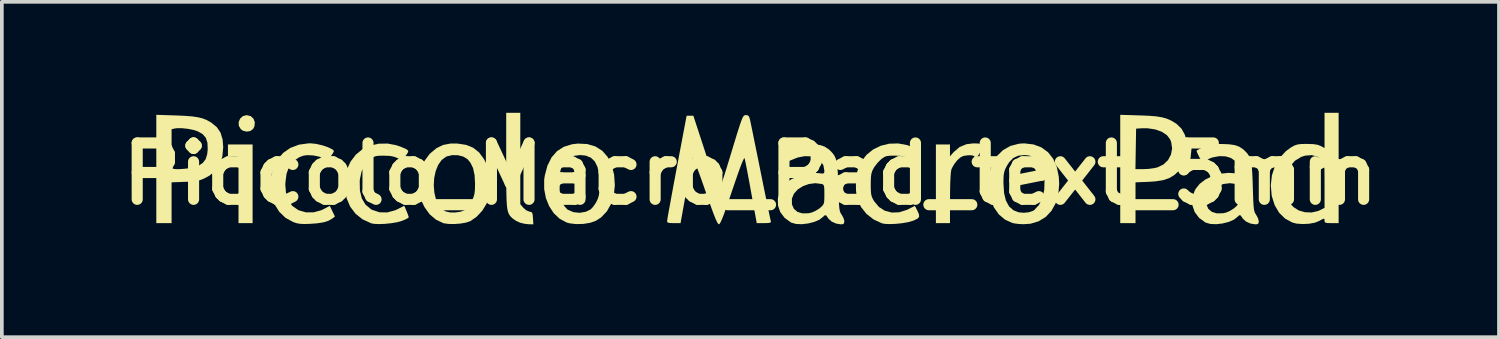
<source format=kicad_pcb>
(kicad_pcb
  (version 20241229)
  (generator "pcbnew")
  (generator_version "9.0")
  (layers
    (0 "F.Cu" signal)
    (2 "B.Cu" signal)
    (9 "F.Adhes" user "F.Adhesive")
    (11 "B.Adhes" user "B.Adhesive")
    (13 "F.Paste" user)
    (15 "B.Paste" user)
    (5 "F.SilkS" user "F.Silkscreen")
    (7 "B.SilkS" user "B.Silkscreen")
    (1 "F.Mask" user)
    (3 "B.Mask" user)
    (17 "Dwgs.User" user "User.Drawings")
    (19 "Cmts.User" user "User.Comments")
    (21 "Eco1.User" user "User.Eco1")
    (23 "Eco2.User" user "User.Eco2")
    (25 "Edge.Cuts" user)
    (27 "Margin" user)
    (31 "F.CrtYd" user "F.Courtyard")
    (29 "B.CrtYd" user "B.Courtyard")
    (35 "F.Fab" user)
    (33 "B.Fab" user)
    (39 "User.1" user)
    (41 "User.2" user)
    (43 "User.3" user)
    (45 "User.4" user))
  (footprint "Piccolo_Macro_Pad_text_5mm"
    (layer "F.Cu")
    (at 17.243 1.651)
    (property "Reference" "Piccolo_Macro_Pad_text_5mm" (at 0 0 0) (layer "F.SilkS") (effects (font (size 1.524 1.524) (thickness 0.3))))
    (attr board_only exclude_from_pos_files exclude_from_bom)
    (fp_poly (pts (xy -13.462 1.333) (xy -13.843 1.333) (xy -13.843 -0.476) (xy -14.129 -0.476) (xy -14.129 -0.794) (xy -13.462 -0.794)) (stroke (width 0) (type solid)) (fill yes) (layer "F.SilkS"))
    (fp_poly (pts (xy -13.514 -1.561) (xy -13.438 -1.491) (xy -13.402 -1.394) (xy -13.412 -1.285) (xy -13.448 -1.214) (xy -13.522 -1.158) (xy -13.621 -1.142) (xy -13.722 -1.166) (xy -13.78 -1.206) (xy -13.835 -1.299) (xy -13.839 -1.401) (xy -13.799 -1.494) (xy -13.723 -1.562) (xy -13.621 -1.587)) (stroke (width 0) (type solid)) (fill yes) (layer "F.SilkS"))
    (fp_poly (pts (xy -6.223 0.821) (xy -6.142 0.916) (xy -6.066 0.983) (xy -5.985 1.02) (xy -5.976 1.022) (xy -5.925 1.033) (xy -5.898 1.062) (xy -5.885 1.127) (xy -5.88 1.199) (xy -5.87 1.365) (xy -5.991 1.364) (xy -6.105 1.351) (xy -6.223 1.323) (xy -6.234 1.319) (xy -6.337 1.271) (xy -6.427 1.209) (xy -6.436 1.201) (xy -6.476 1.163) (xy -6.509 1.124) (xy -6.536 1.079) (xy -6.557 1.021) (xy -6.574 0.945) (xy -6.586 0.844) (xy -6.594 0.711) (xy -6.599 0.542) (xy -6.602 0.329) (xy -6.604 0.067) (xy -6.604 -0.25) (xy -6.604 -0.364) (xy -6.604 -1.651) (xy -6.223 -1.651)) (stroke (width 0) (type solid)) (fill yes) (layer "F.SilkS"))
    (fp_poly (pts (xy 6.166 -0.82) (xy 6.244 -0.801) (xy 6.272 -0.759) (xy 6.259 -0.687) (xy 6.224 -0.605) (xy 6.161 -0.495) (xy 6.106 -0.447) (xy 6.059 -0.463) (xy 6.046 -0.48) (xy 6 -0.5) (xy 5.904 -0.503) (xy 5.864 -0.5) (xy 5.758 -0.483) (xy 5.68 -0.445) (xy 5.6 -0.374) (xy 5.585 -0.357) (xy 5.509 -0.259) (xy 5.45 -0.154) (xy 5.432 -0.107) (xy 5.421 -0.036) (xy 5.412 0.088) (xy 5.404 0.253) (xy 5.4 0.448) (xy 5.398 0.663) (xy 5.398 0.675) (xy 5.397 1.333) (xy 5.016 1.333) (xy 5.016 -0.794) (xy 5.397 -0.794) (xy 5.397 -0.474) (xy 5.5 -0.591) (xy 5.657 -0.725) (xy 5.845 -0.802) (xy 6.032 -0.824)) (stroke (width 0) (type solid)) (fill yes) (layer "F.SilkS"))
    (fp_poly (pts (xy 10.533 -1.58) (xy 10.78 -1.57) (xy 10.975 -1.554) (xy 11.132 -1.528) (xy 11.263 -1.491) (xy 11.381 -1.439) (xy 11.497 -1.368) (xy 11.528 -1.347) (xy 11.658 -1.221) (xy 11.749 -1.056) (xy 11.8 -0.866) (xy 11.811 -0.662) (xy 11.782 -0.458) (xy 11.712 -0.265) (xy 11.6 -0.096) (xy 11.586 -0.08) (xy 11.462 0.034) (xy 11.325 0.116) (xy 11.161 0.171) (xy 10.957 0.203) (xy 10.771 0.216) (xy 10.414 0.23) (xy 10.414 1.333) (xy 10.001 1.333) (xy 10.001 -0.127) (xy 10.412 -0.127) (xy 10.63 -0.127) (xy 10.771 -0.134) (xy 10.915 -0.154) (xy 11.005 -0.174) (xy 11.168 -0.252) (xy 11.293 -0.371) (xy 11.373 -0.52) (xy 11.404 -0.686) (xy 11.379 -0.859) (xy 11.35 -0.932) (xy 11.262 -1.047) (xy 11.124 -1.138) (xy 10.947 -1.201) (xy 10.742 -1.232) (xy 10.58 -1.232) (xy 10.43 -1.222) (xy 10.421 -0.675) (xy 10.412 -0.127) (xy 10.001 -0.127) (xy 10.001 -1.596)) (stroke (width 0) (type solid)) (fill yes) (layer "F.SilkS"))
    (fp_poly (pts (xy -15.534 -1.579) (xy -15.288 -1.568) (xy -15.094 -1.553) (xy -14.94 -1.53) (xy -14.814 -1.499) (xy -14.704 -1.455) (xy -14.598 -1.396) (xy -14.58 -1.385) (xy -14.429 -1.262) (xy -14.328 -1.111) (xy -14.272 -0.924) (xy -14.257 -0.721) (xy -14.28 -0.469) (xy -14.347 -0.26) (xy -14.461 -0.09) (xy -14.624 0.045) (xy -14.724 0.101) (xy -14.821 0.147) (xy -14.907 0.177) (xy -14.998 0.196) (xy -15.115 0.208) (xy -15.275 0.216) (xy -15.291 0.216) (xy -15.653 0.23) (xy -15.653 1.333) (xy -16.066 1.333) (xy -16.066 -0.687) (xy -15.653 -0.687) (xy -15.651 -0.512) (xy -15.648 -0.358) (xy -15.642 -0.239) (xy -15.634 -0.164) (xy -15.629 -0.145) (xy -15.58 -0.13) (xy -15.486 -0.126) (xy -15.363 -0.132) (xy -15.229 -0.145) (xy -15.1 -0.166) (xy -14.992 -0.191) (xy -14.934 -0.212) (xy -14.811 -0.294) (xy -14.733 -0.393) (xy -14.69 -0.527) (xy -14.676 -0.66) (xy -14.683 -0.839) (xy -14.727 -0.974) (xy -14.815 -1.075) (xy -14.938 -1.146) (xy -15.061 -1.187) (xy -15.212 -1.217) (xy -15.367 -1.234) (xy -15.503 -1.235) (xy -15.57 -1.226) (xy -15.653 -1.205) (xy -15.653 -0.687) (xy -16.066 -0.687) (xy -16.066 -1.596)) (stroke (width 0) (type solid)) (fill yes) (layer "F.SilkS"))
    (fp_poly (pts (xy -11.749 -0.811) (xy -11.575 -0.771) (xy -11.412 -0.715) (xy -11.311 -0.664) (xy -11.274 -0.638) (xy -11.265 -0.61) (xy -11.287 -0.563) (xy -11.338 -0.488) (xy -11.431 -0.352) (xy -11.543 -0.418) (xy -11.657 -0.464) (xy -11.806 -0.495) (xy -11.857 -0.5) (xy -11.988 -0.505) (xy -12.087 -0.492) (xy -12.185 -0.455) (xy -12.207 -0.445) (xy -12.363 -0.339) (xy -12.475 -0.192) (xy -12.545 -0.00003) (xy -12.575 0.239) (xy -12.577 0.305) (xy -12.557 0.536) (xy -12.495 0.722) (xy -12.389 0.867) (xy -12.236 0.974) (xy -12.208 0.988) (xy -12.017 1.042) (xy -11.813 1.041) (xy -11.61 0.986) (xy -11.549 0.957) (xy -11.375 0.865) (xy -11.305 1.01) (xy -11.235 1.155) (xy -11.306 1.209) (xy -11.411 1.269) (xy -11.545 1.312) (xy -11.722 1.339) (xy -11.906 1.352) (xy -12.064 1.357) (xy -12.18 1.351) (xy -12.274 1.334) (xy -12.366 1.303) (xy -12.368 1.302) (xy -12.574 1.188) (xy -12.742 1.025) (xy -12.869 0.821) (xy -12.95 0.582) (xy -12.979 0.365) (xy -12.967 0.083) (xy -12.903 -0.169) (xy -12.792 -0.387) (xy -12.636 -0.566) (xy -12.44 -0.702) (xy -12.208 -0.789) (xy -11.944 -0.825) (xy -11.905 -0.826)) (stroke (width 0) (type solid)) (fill yes) (layer "F.SilkS"))
    (fp_poly (pts (xy -9.57 -0.772) (xy -9.55 -0.765) (xy -9.436 -0.724) (xy -9.34 -0.684) (xy -9.287 -0.655) (xy -9.257 -0.627) (xy -9.255 -0.594) (xy -9.286 -0.539) (xy -9.324 -0.486) (xy -9.417 -0.357) (xy -9.542 -0.424) (xy -9.638 -0.463) (xy -9.75 -0.485) (xy -9.901 -0.491) (xy -9.911 -0.491) (xy -10.039 -0.49) (xy -10.124 -0.48) (xy -10.189 -0.456) (xy -10.253 -0.413) (xy -10.276 -0.394) (xy -10.42 -0.245) (xy -10.514 -0.067) (xy -10.561 0.149) (xy -10.565 0.203) (xy -10.56 0.456) (xy -10.508 0.665) (xy -10.41 0.831) (xy -10.266 0.953) (xy -10.224 0.976) (xy -10.029 1.04) (xy -9.823 1.044) (xy -9.611 0.987) (xy -9.543 0.956) (xy -9.361 0.864) (xy -9.3 1.006) (xy -9.264 1.095) (xy -9.243 1.159) (xy -9.239 1.175) (xy -9.267 1.2) (xy -9.337 1.236) (xy -9.422 1.271) (xy -9.546 1.307) (xy -9.704 1.334) (xy -9.874 1.352) (xy -10.038 1.359) (xy -10.176 1.353) (xy -10.255 1.338) (xy -10.489 1.23) (xy -10.679 1.078) (xy -10.824 0.886) (xy -10.92 0.66) (xy -10.965 0.403) (xy -10.957 0.121) (xy -10.953 0.088) (xy -10.901 -0.139) (xy -10.812 -0.332) (xy -10.674 -0.514) (xy -10.665 -0.523) (xy -10.494 -0.664) (xy -10.286 -0.762) (xy -10.054 -0.815) (xy -9.812 -0.819)) (stroke (width 0) (type solid)) (fill yes) (layer "F.SilkS"))
    (fp_poly (pts (xy 7.656 -0.795) (xy 7.871 -0.714) (xy 8.049 -0.584) (xy 8.187 -0.407) (xy 8.285 -0.186) (xy 8.339 0.077) (xy 8.35 0.274) (xy 8.326 0.552) (xy 8.255 0.796) (xy 8.14 1.002) (xy 7.987 1.165) (xy 7.797 1.282) (xy 7.576 1.349) (xy 7.389 1.362) (xy 7.263 1.356) (xy 7.145 1.342) (xy 7.085 1.329) (xy 6.887 1.24) (xy 6.718 1.097) (xy 6.584 0.906) (xy 6.489 0.672) (xy 6.488 0.67) (xy 6.458 0.51) (xy 6.448 0.317) (xy 6.45 0.254) (xy 6.843 0.254) (xy 6.859 0.516) (xy 6.909 0.724) (xy 6.995 0.881) (xy 7.115 0.987) (xy 7.256 1.041) (xy 7.396 1.053) (xy 7.535 1.038) (xy 7.648 0.998) (xy 7.675 0.981) (xy 7.805 0.84) (xy 7.896 0.655) (xy 7.946 0.435) (xy 7.953 0.189) (xy 7.936 0.037) (xy 7.883 -0.175) (xy 7.801 -0.334) (xy 7.686 -0.44) (xy 7.536 -0.496) (xy 7.405 -0.508) (xy 7.238 -0.489) (xy 7.107 -0.427) (xy 6.997 -0.314) (xy 6.935 -0.215) (xy 6.891 -0.129) (xy 6.864 -0.052) (xy 6.849 0.035) (xy 6.843 0.152) (xy 6.843 0.254) (xy 6.45 0.254) (xy 6.456 0.114) (xy 6.481 -0.076) (xy 6.522 -0.232) (xy 6.534 -0.261) (xy 6.661 -0.474) (xy 6.829 -0.64) (xy 7.031 -0.755) (xy 7.263 -0.815) (xy 7.407 -0.824)) (stroke (width 0) (type solid)) (fill yes) (layer "F.SilkS"))
    (fp_poly (pts (xy 4.242 -0.777) (xy 4.473 -0.684) (xy 4.539 -0.646) (xy 4.571 -0.618) (xy 4.572 -0.615) (xy 4.555 -0.581) (xy 4.512 -0.515) (xy 4.487 -0.48) (xy 4.403 -0.362) (xy 4.273 -0.427) (xy 4.17 -0.467) (xy 4.045 -0.487) (xy 3.9 -0.492) (xy 3.772 -0.49) (xy 3.686 -0.48) (xy 3.622 -0.456) (xy 3.558 -0.412) (xy 3.535 -0.394) (xy 3.442 -0.302) (xy 3.356 -0.192) (xy 3.334 -0.156) (xy 3.295 -0.08) (xy 3.272 -0.006) (xy 3.259 0.085) (xy 3.255 0.213) (xy 3.254 0.288) (xy 3.256 0.434) (xy 3.263 0.535) (xy 3.28 0.61) (xy 3.31 0.679) (xy 3.35 0.746) (xy 3.478 0.898) (xy 3.638 0.999) (xy 3.822 1.047) (xy 4.021 1.04) (xy 4.227 0.976) (xy 4.267 0.957) (xy 4.448 0.866) (xy 4.51 0.987) (xy 4.557 1.091) (xy 4.563 1.16) (xy 4.524 1.209) (xy 4.432 1.255) (xy 4.389 1.271) (xy 4.265 1.307) (xy 4.107 1.334) (xy 3.937 1.352) (xy 3.773 1.359) (xy 3.635 1.353) (xy 3.556 1.338) (xy 3.33 1.233) (xy 3.139 1.083) (xy 2.991 0.897) (xy 2.894 0.683) (xy 2.874 0.61) (xy 2.856 0.457) (xy 2.853 0.272) (xy 2.867 0.084) (xy 2.895 -0.078) (xy 2.901 -0.103) (xy 2.997 -0.326) (xy 3.137 -0.511) (xy 3.316 -0.657) (xy 3.523 -0.759) (xy 3.752 -0.815) (xy 3.995 -0.822)) (stroke (width 0) (type solid)) (fill yes) (layer "F.SilkS"))
    (fp_poly (pts (xy 15.907 1.333) (xy 15.716 1.333) (xy 15.61 1.331) (xy 15.552 1.321) (xy 15.529 1.298) (xy 15.526 1.27) (xy 15.523 1.225) (xy 15.506 1.212) (xy 15.461 1.23) (xy 15.381 1.275) (xy 15.261 1.322) (xy 15.103 1.35) (xy 14.931 1.358) (xy 14.768 1.346) (xy 14.656 1.317) (xy 14.457 1.209) (xy 14.297 1.051) (xy 14.177 0.847) (xy 14.1 0.602) (xy 14.096 0.58) (xy 14.072 0.306) (xy 14.073 0.302) (xy 14.479 0.302) (xy 14.495 0.522) (xy 14.544 0.698) (xy 14.631 0.84) (xy 14.689 0.901) (xy 14.826 0.989) (xy 14.995 1.038) (xy 15.175 1.045) (xy 15.347 1.007) (xy 15.4 0.984) (xy 15.526 0.919) (xy 15.526 0.301) (xy 15.525 0.087) (xy 15.524 -0.073) (xy 15.52 -0.187) (xy 15.513 -0.266) (xy 15.502 -0.318) (xy 15.486 -0.353) (xy 15.464 -0.379) (xy 15.461 -0.382) (xy 15.332 -0.469) (xy 15.174 -0.506) (xy 15.002 -0.492) (xy 14.898 -0.459) (xy 14.726 -0.355) (xy 14.599 -0.207) (xy 14.517 -0.015) (xy 14.481 0.222) (xy 14.479 0.302) (xy 14.073 0.302) (xy 14.103 0.041) (xy 14.184 -0.208) (xy 14.311 -0.429) (xy 14.481 -0.614) (xy 14.631 -0.723) (xy 14.714 -0.767) (xy 14.792 -0.793) (xy 14.885 -0.806) (xy 15.016 -0.809) (xy 15.05 -0.809) (xy 15.215 -0.804) (xy 15.333 -0.787) (xy 15.419 -0.755) (xy 15.423 -0.753) (xy 15.526 -0.697) (xy 15.526 -1.651) (xy 15.907 -1.651)) (stroke (width 0) (type solid)) (fill yes) (layer "F.SilkS"))
    (fp_poly (pts (xy -4.414 -0.806) (xy -4.193 -0.741) (xy -4.008 -0.625) (xy -3.861 -0.458) (xy -3.753 -0.243) (xy -3.687 0.019) (xy -3.686 0.022) (xy -3.666 0.308) (xy -3.694 0.573) (xy -3.767 0.811) (xy -3.882 1.015) (xy -4.037 1.178) (xy -4.18 1.27) (xy -4.333 1.324) (xy -4.519 1.354) (xy -4.714 1.359) (xy -4.893 1.338) (xy -4.973 1.315) (xy -5.159 1.214) (xy -5.318 1.064) (xy -5.443 0.874) (xy -5.531 0.654) (xy -5.577 0.413) (xy -5.577 0.286) (xy -5.159 0.286) (xy -5.158 0.451) (xy -5.152 0.569) (xy -5.139 0.655) (xy -5.117 0.724) (xy -5.088 0.785) (xy -5.026 0.879) (xy -4.957 0.955) (xy -4.934 0.973) (xy -4.785 1.037) (xy -4.616 1.054) (xy -4.449 1.025) (xy -4.32 0.961) (xy -4.259 0.898) (xy -4.192 0.803) (xy -4.159 0.744) (xy -4.121 0.661) (xy -4.098 0.581) (xy -4.085 0.484) (xy -4.08 0.353) (xy -4.08 0.27) (xy -4.093 0.015) (xy -4.135 -0.186) (xy -4.208 -0.335) (xy -4.314 -0.437) (xy -4.454 -0.493) (xy -4.606 -0.508) (xy -4.782 -0.485) (xy -4.924 -0.412) (xy -5.04 -0.285) (xy -5.08 -0.221) (xy -5.115 -0.153) (xy -5.138 -0.087) (xy -5.151 -0.008) (xy -5.158 0.101) (xy -5.159 0.254) (xy -5.159 0.286) (xy -5.577 0.286) (xy -5.577 0.161) (xy -5.562 0.052) (xy -5.489 -0.221) (xy -5.379 -0.442) (xy -5.232 -0.612) (xy -5.047 -0.731) (xy -4.823 -0.8) (xy -4.668 -0.818)) (stroke (width 0) (type solid)) (fill yes) (layer "F.SilkS"))
    (fp_poly (pts (xy -7.923 -0.819) (xy -7.688 -0.783) (xy -7.496 -0.705) (xy -7.338 -0.58) (xy -7.207 -0.401) (xy -7.147 -0.286) (xy -7.111 -0.204) (xy -7.087 -0.128) (xy -7.073 -0.043) (xy -7.067 0.07) (xy -7.065 0.225) (xy -7.064 0.27) (xy -7.066 0.441) (xy -7.072 0.566) (xy -7.085 0.658) (xy -7.107 0.736) (xy -7.137 0.81) (xy -7.249 0.994) (xy -7.399 1.156) (xy -7.568 1.276) (xy -7.572 1.278) (xy -7.684 1.317) (xy -7.835 1.344) (xy -8.002 1.357) (xy -8.162 1.355) (xy -8.292 1.337) (xy -8.307 1.332) (xy -8.502 1.24) (xy -8.673 1.096) (xy -8.808 0.908) (xy -8.823 0.881) (xy -8.876 0.77) (xy -8.91 0.672) (xy -8.931 0.566) (xy -8.943 0.428) (xy -8.946 0.368) (xy -8.946 0.309) (xy -8.563 0.309) (xy -8.548 0.503) (xy -8.505 0.683) (xy -8.434 0.839) (xy -8.336 0.957) (xy -8.239 1.017) (xy -8.122 1.044) (xy -7.979 1.045) (xy -7.839 1.025) (xy -7.73 0.983) (xy -7.728 0.983) (xy -7.635 0.896) (xy -7.548 0.763) (xy -7.535 0.738) (xy -7.491 0.639) (xy -7.464 0.548) (xy -7.451 0.443) (xy -7.447 0.302) (xy -7.446 0.271) (xy -7.459 0.034) (xy -7.5 -0.155) (xy -7.573 -0.304) (xy -7.652 -0.397) (xy -7.763 -0.466) (xy -7.908 -0.503) (xy -8.064 -0.506) (xy -8.208 -0.472) (xy -8.228 -0.464) (xy -8.35 -0.374) (xy -8.444 -0.24) (xy -8.511 -0.074) (xy -8.551 0.113) (xy -8.563 0.309) (xy -8.946 0.309) (xy -8.943 0.09) (xy -8.9 -0.146) (xy -8.815 -0.348) (xy -8.685 -0.525) (xy -8.652 -0.559) (xy -8.487 -0.696) (xy -8.311 -0.781) (xy -8.111 -0.819)) (stroke (width 0) (type solid)) (fill yes) (layer "F.SilkS"))
    (fp_poly (pts (xy 1.54 -0.807) (xy 1.74 -0.799) (xy 1.893 -0.776) (xy 2.013 -0.733) (xy 2.115 -0.666) (xy 2.171 -0.615) (xy 2.229 -0.551) (xy 2.274 -0.486) (xy 2.309 -0.41) (xy 2.333 -0.314) (xy 2.351 -0.189) (xy 2.364 -0.025) (xy 2.373 0.188) (xy 2.378 0.355) (xy 2.385 0.576) (xy 2.392 0.744) (xy 2.399 0.866) (xy 2.408 0.954) (xy 2.421 1.015) (xy 2.438 1.059) (xy 2.46 1.095) (xy 2.469 1.107) (xy 2.517 1.194) (xy 2.54 1.276) (xy 2.54 1.285) (xy 2.53 1.342) (xy 2.489 1.363) (xy 2.442 1.365) (xy 2.314 1.344) (xy 2.195 1.289) (xy 2.109 1.211) (xy 2.095 1.189) (xy 2.051 1.125) (xy 2.012 1.119) (xy 1.967 1.161) (xy 1.869 1.239) (xy 1.727 1.3) (xy 1.561 1.342) (xy 1.39 1.362) (xy 1.231 1.355) (xy 1.105 1.319) (xy 1.095 1.315) (xy 0.925 1.19) (xy 0.808 1.035) (xy 0.746 0.859) (xy 0.742 0.674) (xy 1.122 0.674) (xy 1.123 0.826) (xy 1.175 0.945) (xy 1.271 1.028) (xy 1.404 1.069) (xy 1.57 1.066) (xy 1.66 1.046) (xy 1.761 1.002) (xy 1.866 0.936) (xy 1.89 0.916) (xy 1.944 0.866) (xy 1.977 0.821) (xy 1.993 0.764) (xy 1.999 0.678) (xy 2 0.556) (xy 1.999 0.426) (xy 1.993 0.347) (xy 1.979 0.303) (xy 1.953 0.282) (xy 1.929 0.274) (xy 1.756 0.253) (xy 1.582 0.275) (xy 1.419 0.334) (xy 1.279 0.423) (xy 1.177 0.537) (xy 1.123 0.668) (xy 1.122 0.674) (xy 0.742 0.674) (xy 0.742 0.67) (xy 0.798 0.475) (xy 0.832 0.407) (xy 0.944 0.268) (xy 1.103 0.149) (xy 1.295 0.056) (xy 1.505 -0.004) (xy 1.72 -0.026) (xy 1.843 -0.019) (xy 1.936 -0.008) (xy 1.982 -0.013) (xy 1.998 -0.04) (xy 2 -0.081) (xy 1.974 -0.231) (xy 1.9 -0.348) (xy 1.786 -0.429) (xy 1.64 -0.473) (xy 1.469 -0.478) (xy 1.281 -0.442) (xy 1.083 -0.364) (xy 1.015 -0.327) (xy 0.994 -0.347) (xy 0.958 -0.405) (xy 0.916 -0.482) (xy 0.88 -0.557) (xy 0.859 -0.612) (xy 0.857 -0.622) (xy 0.884 -0.643) (xy 0.953 -0.681) (xy 1.04 -0.724) (xy 1.134 -0.765) (xy 1.218 -0.79) (xy 1.313 -0.803) (xy 1.44 -0.807)) (stroke (width 0) (type solid)) (fill yes) (layer "F.SilkS"))
    (fp_poly (pts (xy 12.748 -0.807) (xy 12.948 -0.799) (xy 13.101 -0.776) (xy 13.221 -0.733) (xy 13.323 -0.666) (xy 13.378 -0.615) (xy 13.437 -0.551) (xy 13.482 -0.486) (xy 13.516 -0.41) (xy 13.541 -0.314) (xy 13.559 -0.189) (xy 13.571 -0.025) (xy 13.581 0.188) (xy 13.586 0.355) (xy 13.593 0.576) (xy 13.599 0.744) (xy 13.607 0.866) (xy 13.616 0.954) (xy 13.629 1.015) (xy 13.646 1.059) (xy 13.668 1.095) (xy 13.676 1.107) (xy 13.724 1.194) (xy 13.747 1.276) (xy 13.748 1.285) (xy 13.738 1.342) (xy 13.697 1.363) (xy 13.649 1.365) (xy 13.522 1.344) (xy 13.402 1.289) (xy 13.316 1.211) (xy 13.302 1.189) (xy 13.259 1.125) (xy 13.219 1.119) (xy 13.174 1.161) (xy 13.076 1.239) (xy 12.935 1.3) (xy 12.769 1.342) (xy 12.598 1.362) (xy 12.439 1.355) (xy 12.312 1.319) (xy 12.303 1.315) (xy 12.133 1.19) (xy 12.016 1.035) (xy 11.954 0.859) (xy 11.95 0.674) (xy 12.33 0.674) (xy 12.331 0.826) (xy 12.382 0.945) (xy 12.478 1.028) (xy 12.612 1.069) (xy 12.778 1.066) (xy 12.868 1.046) (xy 12.969 1.002) (xy 13.073 0.936) (xy 13.098 0.916) (xy 13.152 0.866) (xy 13.184 0.821) (xy 13.201 0.764) (xy 13.207 0.678) (xy 13.208 0.556) (xy 13.207 0.426) (xy 13.201 0.347) (xy 13.187 0.303) (xy 13.161 0.282) (xy 13.137 0.274) (xy 12.964 0.253) (xy 12.79 0.275) (xy 12.627 0.334) (xy 12.487 0.423) (xy 12.384 0.537) (xy 12.331 0.668) (xy 12.33 0.674) (xy 11.95 0.674) (xy 11.95 0.67) (xy 12.006 0.475) (xy 12.04 0.407) (xy 12.152 0.268) (xy 12.31 0.149) (xy 12.502 0.056) (xy 12.713 -0.004) (xy 12.927 -0.026) (xy 13.051 -0.019) (xy 13.144 -0.008) (xy 13.19 -0.013) (xy 13.206 -0.04) (xy 13.208 -0.081) (xy 13.182 -0.231) (xy 13.108 -0.348) (xy 12.994 -0.429) (xy 12.848 -0.473) (xy 12.677 -0.478) (xy 12.489 -0.442) (xy 12.291 -0.364) (xy 12.222 -0.327) (xy 12.202 -0.347) (xy 12.166 -0.405) (xy 12.124 -0.482) (xy 12.088 -0.557) (xy 12.067 -0.612) (xy 12.065 -0.622) (xy 12.091 -0.643) (xy 12.16 -0.681) (xy 12.248 -0.724) (xy 12.341 -0.765) (xy 12.426 -0.79) (xy 12.521 -0.803) (xy 12.647 -0.807)) (stroke (width 0) (type solid)) (fill yes) (layer "F.SilkS"))
    (fp_poly (pts (xy -0.07 -1.581) (xy -0.038 -1.55) (xy -0.014 -1.478) (xy -0.004 -1.434) (xy 0.009 -1.37) (xy 0.034 -1.251) (xy 0.068 -1.085) (xy 0.109 -0.879) (xy 0.158 -0.642) (xy 0.211 -0.381) (xy 0.267 -0.103) (xy 0.285 -0.013) (xy 0.341 0.263) (xy 0.393 0.52) (xy 0.441 0.751) (xy 0.482 0.951) (xy 0.515 1.111) (xy 0.539 1.225) (xy 0.553 1.286) (xy 0.555 1.294) (xy 0.545 1.317) (xy 0.487 1.33) (xy 0.374 1.333) (xy 0.37 1.333) (xy 0.171 1.333) (xy 0.017 0.484) (xy -0.024 0.257) (xy -0.063 0.049) (xy -0.097 -0.132) (xy -0.126 -0.277) (xy -0.147 -0.378) (xy -0.158 -0.424) (xy -0.158 -0.424) (xy -0.174 -0.415) (xy -0.208 -0.344) (xy -0.261 -0.213) (xy -0.331 -0.022) (xy -0.418 0.23) (xy -0.49 0.441) (xy -0.583 0.715) (xy -0.659 0.934) (xy -0.72 1.102) (xy -0.768 1.224) (xy -0.805 1.305) (xy -0.832 1.351) (xy -0.853 1.365) (xy -0.853 1.365) (xy -0.873 1.351) (xy -0.902 1.305) (xy -0.94 1.223) (xy -0.989 1.1) (xy -1.052 0.93) (xy -1.131 0.709) (xy -1.223 0.447) (xy -1.302 0.221) (xy -1.375 0.017) (xy -1.439 -0.156) (xy -1.493 -0.294) (xy -1.532 -0.388) (xy -1.555 -0.433) (xy -1.559 -0.434) (xy -1.569 -0.394) (xy -1.589 -0.3) (xy -1.617 -0.16) (xy -1.651 0.017) (xy -1.689 0.223) (xy -1.73 0.449) (xy -1.734 0.468) (xy -1.889 1.333) (xy -2.072 1.333) (xy -2.176 1.33) (xy -2.232 1.319) (xy -2.252 1.294) (xy -2.253 1.278) (xy -2.247 1.236) (xy -2.231 1.138) (xy -2.205 0.991) (xy -2.17 0.802) (xy -2.129 0.576) (xy -2.082 0.321) (xy -2.03 0.043) (xy -1.989 -0.175) (xy -1.725 -1.572) (xy -1.543 -1.572) (xy -1.208 -0.548) (xy -1.128 -0.307) (xy -1.054 -0.085) (xy -0.988 0.109) (xy -0.933 0.269) (xy -0.89 0.388) (xy -0.863 0.458) (xy -0.854 0.476) (xy -0.841 0.446) (xy -0.812 0.364) (xy -0.769 0.234) (xy -0.714 0.064) (xy -0.65 -0.138) (xy -0.58 -0.367) (xy -0.522 -0.556) (xy -0.438 -0.833) (xy -0.37 -1.056) (xy -0.315 -1.229) (xy -0.272 -1.361) (xy -0.238 -1.455) (xy -0.211 -1.519) (xy -0.188 -1.558) (xy -0.168 -1.578) (xy -0.147 -1.586) (xy -0.123 -1.587) (xy -0.123 -1.588)) (stroke (width 0) (type solid)) (fill yes) (layer "F.SilkS")))
  (gr_rect
    (start -3 -3)
    (end 37.486 6.069)
    (stroke (width 0.1) (type default))
    (fill no)
    (layer "Edge.Cuts")))
</source>
